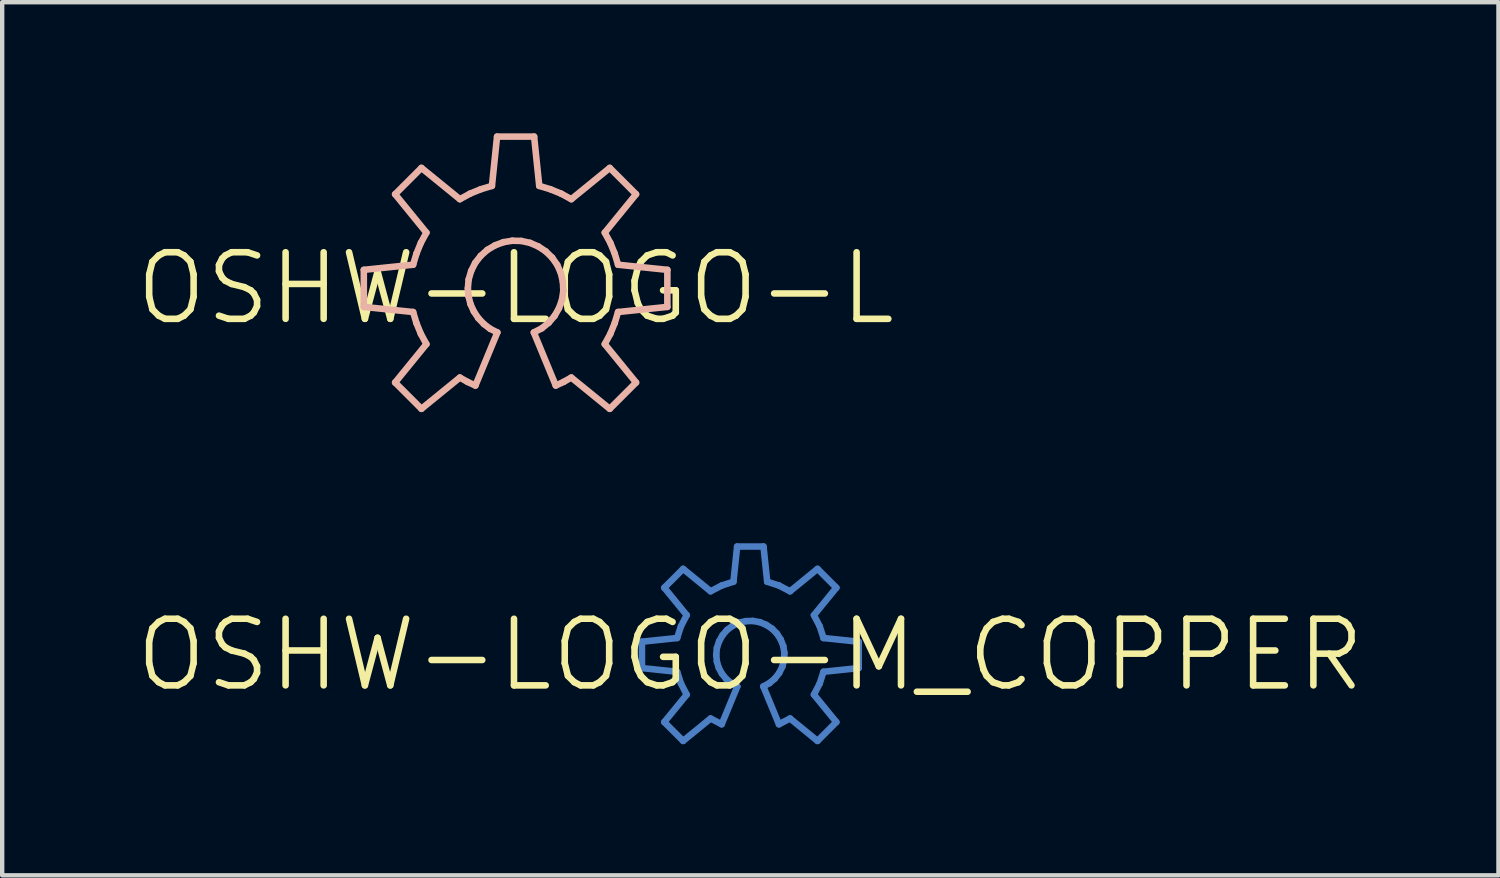
<source format=kicad_pcb>
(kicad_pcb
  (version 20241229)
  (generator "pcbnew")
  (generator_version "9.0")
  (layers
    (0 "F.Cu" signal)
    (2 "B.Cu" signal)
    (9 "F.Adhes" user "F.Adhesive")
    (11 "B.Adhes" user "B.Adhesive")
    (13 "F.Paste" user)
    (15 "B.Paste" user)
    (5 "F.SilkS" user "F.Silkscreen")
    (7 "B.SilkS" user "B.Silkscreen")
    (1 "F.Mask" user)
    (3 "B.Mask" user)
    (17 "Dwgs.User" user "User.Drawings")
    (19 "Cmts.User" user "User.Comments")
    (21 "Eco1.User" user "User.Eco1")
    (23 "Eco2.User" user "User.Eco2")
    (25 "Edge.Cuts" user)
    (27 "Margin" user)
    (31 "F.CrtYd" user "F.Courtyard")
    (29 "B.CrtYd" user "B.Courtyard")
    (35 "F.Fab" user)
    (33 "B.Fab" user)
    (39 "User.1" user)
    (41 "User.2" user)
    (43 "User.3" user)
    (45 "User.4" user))
  (footprint "OSHW-LOGO-L"
    (layer "F.Cu")
    (at 8.745 3.547)
    (property "Reference" "OSHW-LOGO-L" (at 0 0 0) (layer "F.SilkS") (effects (font (size 1.524 1.524) (thickness 0.15))))
    (attr exclude_from_pos_files exclude_from_bom)
    (fp_line (start -3.472 -0.424) (end -3.472 0.424) (stroke (width 0.15) (type solid)) (layer "B.SilkS"))
    (fp_line (start -3.472 0.424) (end -2.344 0.541) (stroke (width 0.15) (type solid)) (layer "B.SilkS"))
    (fp_line (start -2.756 -2.154) (end -2.04 -1.275) (stroke (width 0.15) (type solid)) (layer "B.SilkS"))
    (fp_line (start -2.756 2.154) (end -2.154 2.756) (stroke (width 0.15) (type solid)) (layer "B.SilkS"))
    (fp_line (start -2.344 -0.541) (end -3.472 -0.424) (stroke (width 0.15) (type solid)) (layer "B.SilkS"))
    (fp_line (start -2.344 0.541) (end -2.268 0.795) (stroke (width 0.15) (type solid)) (layer "B.SilkS"))
    (fp_line (start -2.268 -0.795) (end -2.344 -0.541) (stroke (width 0.15) (type solid)) (layer "B.SilkS"))
    (fp_line (start -2.268 0.795) (end -2.167 1.041) (stroke (width 0.15) (type solid)) (layer "B.SilkS"))
    (fp_line (start -2.167 -1.041) (end -2.268 -0.795) (stroke (width 0.15) (type solid)) (layer "B.SilkS"))
    (fp_line (start -2.167 1.041) (end -2.04 1.275) (stroke (width 0.15) (type solid)) (layer "B.SilkS"))
    (fp_line (start -2.154 -2.756) (end -2.756 -2.154) (stroke (width 0.15) (type solid)) (layer "B.SilkS"))
    (fp_line (start -2.154 2.756) (end -1.275 2.04) (stroke (width 0.15) (type solid)) (layer "B.SilkS"))
    (fp_line (start -2.04 -1.275) (end -2.167 -1.041) (stroke (width 0.15) (type solid)) (layer "B.SilkS"))
    (fp_line (start -2.04 1.275) (end -2.756 2.154) (stroke (width 0.15) (type solid)) (layer "B.SilkS"))
    (fp_line (start -1.275 -2.04) (end -2.154 -2.756) (stroke (width 0.15) (type solid)) (layer "B.SilkS"))
    (fp_line (start -1.275 2.04) (end -1.1 2.139) (stroke (width 0.15) (type solid)) (layer "B.SilkS"))
    (fp_line (start -1.1 2.139) (end -0.919 2.223) (stroke (width 0.15) (type solid)) (layer "B.SilkS"))
    (fp_line (start -1.092 0) (end -1.074 -0.203) (stroke (width 0.15) (type solid)) (layer "B.SilkS"))
    (fp_line (start -1.077 0.183) (end -1.092 0) (stroke (width 0.15) (type solid)) (layer "B.SilkS"))
    (fp_line (start -1.074 -0.203) (end -1.016 -0.399) (stroke (width 0.15) (type solid)) (layer "B.SilkS"))
    (fp_line (start -1.041 -2.167) (end -1.275 -2.04) (stroke (width 0.15) (type solid)) (layer "B.SilkS"))
    (fp_line (start -1.031 0.361) (end -1.077 0.183) (stroke (width 0.15) (type solid)) (layer "B.SilkS"))
    (fp_line (start -1.016 -0.399) (end -0.925 -0.582) (stroke (width 0.15) (type solid)) (layer "B.SilkS"))
    (fp_line (start -0.955 0.528) (end -1.031 0.361) (stroke (width 0.15) (type solid)) (layer "B.SilkS"))
    (fp_line (start -0.925 -0.582) (end -0.798 -0.744) (stroke (width 0.15) (type solid)) (layer "B.SilkS"))
    (fp_line (start -0.919 2.223) (end -0.417 1.008) (stroke (width 0.15) (type solid)) (layer "B.SilkS"))
    (fp_line (start -0.853 0.681) (end -0.955 0.528) (stroke (width 0.15) (type solid)) (layer "B.SilkS"))
    (fp_line (start -0.798 -0.744) (end -0.645 -0.881) (stroke (width 0.15) (type solid)) (layer "B.SilkS"))
    (fp_line (start -0.795 -2.268) (end -1.041 -2.167) (stroke (width 0.15) (type solid)) (layer "B.SilkS"))
    (fp_line (start -0.726 0.815) (end -0.853 0.681) (stroke (width 0.15) (type solid)) (layer "B.SilkS"))
    (fp_line (start -0.645 -0.881) (end -0.467 -0.986) (stroke (width 0.15) (type solid)) (layer "B.SilkS"))
    (fp_line (start -0.582 0.925) (end -0.726 0.815) (stroke (width 0.15) (type solid)) (layer "B.SilkS"))
    (fp_line (start -0.541 -2.344) (end -0.795 -2.268) (stroke (width 0.15) (type solid)) (layer "B.SilkS"))
    (fp_line (start -0.467 -0.986) (end -0.277 -1.057) (stroke (width 0.15) (type solid)) (layer "B.SilkS"))
    (fp_line (start -0.424 -3.472) (end -0.541 -2.344) (stroke (width 0.15) (type solid)) (layer "B.SilkS"))
    (fp_line (start -0.417 1.008) (end -0.582 0.925) (stroke (width 0.15) (type solid)) (layer "B.SilkS"))
    (fp_line (start -0.277 -1.057) (end -0.074 -1.09) (stroke (width 0.15) (type solid)) (layer "B.SilkS"))
    (fp_line (start -0.074 -1.09) (end 0.13 -1.085) (stroke (width 0.15) (type solid)) (layer "B.SilkS"))
    (fp_line (start 0.13 -1.085) (end 0.33 -1.041) (stroke (width 0.15) (type solid)) (layer "B.SilkS"))
    (fp_line (start 0.33 -1.041) (end 0.518 -0.96) (stroke (width 0.15) (type solid)) (layer "B.SilkS"))
    (fp_line (start 0.417 1.008) (end 0.919 2.223) (stroke (width 0.15) (type solid)) (layer "B.SilkS"))
    (fp_line (start 0.424 -3.472) (end -0.424 -3.472) (stroke (width 0.15) (type solid)) (layer "B.SilkS"))
    (fp_line (start 0.518 -0.96) (end 0.688 -0.848) (stroke (width 0.15) (type solid)) (layer "B.SilkS"))
    (fp_line (start 0.541 -2.344) (end 0.424 -3.472) (stroke (width 0.15) (type solid)) (layer "B.SilkS"))
    (fp_line (start 0.599 0.914) (end 0.417 1.008) (stroke (width 0.15) (type solid)) (layer "B.SilkS"))
    (fp_line (start 0.688 -0.848) (end 0.836 -0.704) (stroke (width 0.15) (type solid)) (layer "B.SilkS"))
    (fp_line (start 0.759 0.785) (end 0.599 0.914) (stroke (width 0.15) (type solid)) (layer "B.SilkS"))
    (fp_line (start 0.795 -2.268) (end 0.541 -2.344) (stroke (width 0.15) (type solid)) (layer "B.SilkS"))
    (fp_line (start 0.836 -0.704) (end 0.953 -0.536) (stroke (width 0.15) (type solid)) (layer "B.SilkS"))
    (fp_line (start 0.892 0.63) (end 0.759 0.785) (stroke (width 0.15) (type solid)) (layer "B.SilkS"))
    (fp_line (start 0.919 2.223) (end 1.1 2.139) (stroke (width 0.15) (type solid)) (layer "B.SilkS"))
    (fp_line (start 0.953 -0.536) (end 1.036 -0.348) (stroke (width 0.15) (type solid)) (layer "B.SilkS"))
    (fp_line (start 0.993 0.452) (end 0.892 0.63) (stroke (width 0.15) (type solid)) (layer "B.SilkS"))
    (fp_line (start 1.036 -0.348) (end 1.082 -0.147) (stroke (width 0.15) (type solid)) (layer "B.SilkS"))
    (fp_line (start 1.041 -2.167) (end 0.795 -2.268) (stroke (width 0.15) (type solid)) (layer "B.SilkS"))
    (fp_line (start 1.062 0.257) (end 0.993 0.452) (stroke (width 0.15) (type solid)) (layer "B.SilkS"))
    (fp_line (start 1.082 -0.147) (end 1.092 0.056) (stroke (width 0.15) (type solid)) (layer "B.SilkS"))
    (fp_line (start 1.092 0.056) (end 1.062 0.257) (stroke (width 0.15) (type solid)) (layer "B.SilkS"))
    (fp_line (start 1.1 2.139) (end 1.275 2.04) (stroke (width 0.15) (type solid)) (layer "B.SilkS"))
    (fp_line (start 1.275 -2.04) (end 1.041 -2.167) (stroke (width 0.15) (type solid)) (layer "B.SilkS"))
    (fp_line (start 1.275 2.04) (end 2.154 2.756) (stroke (width 0.15) (type solid)) (layer "B.SilkS"))
    (fp_line (start 2.04 -1.275) (end 2.756 -2.154) (stroke (width 0.15) (type solid)) (layer "B.SilkS"))
    (fp_line (start 2.04 1.275) (end 2.167 1.041) (stroke (width 0.15) (type solid)) (layer "B.SilkS"))
    (fp_line (start 2.154 -2.756) (end 1.275 -2.04) (stroke (width 0.15) (type solid)) (layer "B.SilkS"))
    (fp_line (start 2.154 2.756) (end 2.756 2.154) (stroke (width 0.15) (type solid)) (layer "B.SilkS"))
    (fp_line (start 2.167 -1.041) (end 2.04 -1.275) (stroke (width 0.15) (type solid)) (layer "B.SilkS"))
    (fp_line (start 2.167 1.041) (end 2.268 0.795) (stroke (width 0.15) (type solid)) (layer "B.SilkS"))
    (fp_line (start 2.268 -0.795) (end 2.167 -1.041) (stroke (width 0.15) (type solid)) (layer "B.SilkS"))
    (fp_line (start 2.268 0.795) (end 2.344 0.541) (stroke (width 0.15) (type solid)) (layer "B.SilkS"))
    (fp_line (start 2.344 -0.541) (end 2.268 -0.795) (stroke (width 0.15) (type solid)) (layer "B.SilkS"))
    (fp_line (start 2.344 0.541) (end 3.472 0.424) (stroke (width 0.15) (type solid)) (layer "B.SilkS"))
    (fp_line (start 2.756 -2.154) (end 2.154 -2.756) (stroke (width 0.15) (type solid)) (layer "B.SilkS"))
    (fp_line (start 2.756 2.154) (end 2.04 1.275) (stroke (width 0.15) (type solid)) (layer "B.SilkS"))
    (fp_line (start 3.472 -0.424) (end 2.344 -0.541) (stroke (width 0.15) (type solid)) (layer "B.SilkS"))
    (fp_line (start 3.472 0.424) (end 3.472 -0.424) (stroke (width 0.15) (type solid)) (layer "B.SilkS")))
  (footprint "OSHW-LOGO-M_COPPER"
    (layer "F.Cu")
    (at 14.115 11.932)
    (property "Reference" "OSHW-LOGO-M_COPPER" (at 0 0 0) (layer "F.SilkS") (effects (font (size 1.524 1.524) (thickness 0.15))))
    (attr exclude_from_pos_files exclude_from_bom)
    (fp_line (start -2.479 -0.302) (end -2.479 0.302) (stroke (width 0.15) (type solid)) (layer "B.Cu"))
    (fp_line (start -2.479 0.302) (end -1.674 0.386) (stroke (width 0.15) (type solid)) (layer "B.Cu"))
    (fp_line (start -1.968 -1.537) (end -1.455 -0.909) (stroke (width 0.15) (type solid)) (layer "B.Cu"))
    (fp_line (start -1.968 1.537) (end -1.537 1.968) (stroke (width 0.15) (type solid)) (layer "B.Cu"))
    (fp_line (start -1.674 -0.386) (end -2.479 -0.302) (stroke (width 0.15) (type solid)) (layer "B.Cu"))
    (fp_line (start -1.674 0.386) (end -1.587 0.655) (stroke (width 0.15) (type solid)) (layer "B.Cu"))
    (fp_line (start -1.587 -0.655) (end -1.674 -0.386) (stroke (width 0.15) (type solid)) (layer "B.Cu"))
    (fp_line (start -1.587 0.655) (end -1.455 0.909) (stroke (width 0.15) (type solid)) (layer "B.Cu"))
    (fp_line (start -1.537 -1.968) (end -1.968 -1.537) (stroke (width 0.15) (type solid)) (layer "B.Cu"))
    (fp_line (start -1.537 1.968) (end -0.909 1.455) (stroke (width 0.15) (type solid)) (layer "B.Cu"))
    (fp_line (start -1.455 -0.909) (end -1.587 -0.655) (stroke (width 0.15) (type solid)) (layer "B.Cu"))
    (fp_line (start -1.455 0.909) (end -1.968 1.537) (stroke (width 0.15) (type solid)) (layer "B.Cu"))
    (fp_line (start -0.909 -1.455) (end -1.537 -1.968) (stroke (width 0.15) (type solid)) (layer "B.Cu"))
    (fp_line (start -0.909 1.455) (end -0.655 1.587) (stroke (width 0.15) (type solid)) (layer "B.Cu"))
    (fp_line (start -0.78 0) (end -0.765 -0.157) (stroke (width 0.15) (type solid)) (layer "B.Cu"))
    (fp_line (start -0.765 -0.157) (end -0.714 -0.312) (stroke (width 0.15) (type solid)) (layer "B.Cu"))
    (fp_line (start -0.765 0.152) (end -0.78 0) (stroke (width 0.15) (type solid)) (layer "B.Cu"))
    (fp_line (start -0.721 0.297) (end -0.765 0.152) (stroke (width 0.15) (type solid)) (layer "B.Cu"))
    (fp_line (start -0.714 -0.312) (end -0.635 -0.45) (stroke (width 0.15) (type solid)) (layer "B.Cu"))
    (fp_line (start -0.655 -1.587) (end -0.909 -1.455) (stroke (width 0.15) (type solid)) (layer "B.Cu"))
    (fp_line (start -0.655 1.587) (end -0.297 0.721) (stroke (width 0.15) (type solid)) (layer "B.Cu"))
    (fp_line (start -0.648 0.432) (end -0.721 0.297) (stroke (width 0.15) (type solid)) (layer "B.Cu"))
    (fp_line (start -0.635 -0.45) (end -0.531 -0.572) (stroke (width 0.15) (type solid)) (layer "B.Cu"))
    (fp_line (start -0.551 0.551) (end -0.648 0.432) (stroke (width 0.15) (type solid)) (layer "B.Cu"))
    (fp_line (start -0.531 -0.572) (end -0.401 -0.668) (stroke (width 0.15) (type solid)) (layer "B.Cu"))
    (fp_line (start -0.432 0.648) (end -0.551 0.551) (stroke (width 0.15) (type solid)) (layer "B.Cu"))
    (fp_line (start -0.401 -0.668) (end -0.257 -0.737) (stroke (width 0.15) (type solid)) (layer "B.Cu"))
    (fp_line (start -0.386 -1.674) (end -0.655 -1.587) (stroke (width 0.15) (type solid)) (layer "B.Cu"))
    (fp_line (start -0.302 -2.479) (end -0.386 -1.674) (stroke (width 0.15) (type solid)) (layer "B.Cu"))
    (fp_line (start -0.297 0.721) (end -0.432 0.648) (stroke (width 0.15) (type solid)) (layer "B.Cu"))
    (fp_line (start -0.257 -0.737) (end -0.102 -0.772) (stroke (width 0.15) (type solid)) (layer "B.Cu"))
    (fp_line (start -0.102 -0.772) (end 0.056 -0.777) (stroke (width 0.15) (type solid)) (layer "B.Cu"))
    (fp_line (start 0.056 -0.777) (end 0.216 -0.749) (stroke (width 0.15) (type solid)) (layer "B.Cu"))
    (fp_line (start 0.216 -0.749) (end 0.363 -0.688) (stroke (width 0.15) (type solid)) (layer "B.Cu"))
    (fp_line (start 0.297 0.721) (end 0.655 1.587) (stroke (width 0.15) (type solid)) (layer "B.Cu"))
    (fp_line (start 0.302 -2.479) (end -0.302 -2.479) (stroke (width 0.15) (type solid)) (layer "B.Cu"))
    (fp_line (start 0.363 -0.688) (end 0.498 -0.599) (stroke (width 0.15) (type solid)) (layer "B.Cu"))
    (fp_line (start 0.386 -1.674) (end 0.302 -2.479) (stroke (width 0.15) (type solid)) (layer "B.Cu"))
    (fp_line (start 0.439 0.645) (end 0.297 0.721) (stroke (width 0.15) (type solid)) (layer "B.Cu"))
    (fp_line (start 0.498 -0.599) (end 0.61 -0.485) (stroke (width 0.15) (type solid)) (layer "B.Cu"))
    (fp_line (start 0.561 0.541) (end 0.439 0.645) (stroke (width 0.15) (type solid)) (layer "B.Cu"))
    (fp_line (start 0.61 -0.485) (end 0.696 -0.351) (stroke (width 0.15) (type solid)) (layer "B.Cu"))
    (fp_line (start 0.655 -1.587) (end 0.386 -1.674) (stroke (width 0.15) (type solid)) (layer "B.Cu"))
    (fp_line (start 0.655 1.587) (end 0.909 1.455) (stroke (width 0.15) (type solid)) (layer "B.Cu"))
    (fp_line (start 0.66 0.414) (end 0.561 0.541) (stroke (width 0.15) (type solid)) (layer "B.Cu"))
    (fp_line (start 0.696 -0.351) (end 0.754 -0.201) (stroke (width 0.15) (type solid)) (layer "B.Cu"))
    (fp_line (start 0.732 0.269) (end 0.66 0.414) (stroke (width 0.15) (type solid)) (layer "B.Cu"))
    (fp_line (start 0.754 -0.201) (end 0.78 -0.043) (stroke (width 0.15) (type solid)) (layer "B.Cu"))
    (fp_line (start 0.772 0.114) (end 0.732 0.269) (stroke (width 0.15) (type solid)) (layer "B.Cu"))
    (fp_line (start 0.78 -0.043) (end 0.772 0.114) (stroke (width 0.15) (type solid)) (layer "B.Cu"))
    (fp_line (start 0.909 -1.455) (end 0.655 -1.587) (stroke (width 0.15) (type solid)) (layer "B.Cu"))
    (fp_line (start 0.909 1.455) (end 1.537 1.968) (stroke (width 0.15) (type solid)) (layer "B.Cu"))
    (fp_line (start 1.455 -0.909) (end 1.968 -1.537) (stroke (width 0.15) (type solid)) (layer "B.Cu"))
    (fp_line (start 1.455 0.909) (end 1.587 0.655) (stroke (width 0.15) (type solid)) (layer "B.Cu"))
    (fp_line (start 1.537 -1.968) (end 0.909 -1.455) (stroke (width 0.15) (type solid)) (layer "B.Cu"))
    (fp_line (start 1.537 1.968) (end 1.968 1.537) (stroke (width 0.15) (type solid)) (layer "B.Cu"))
    (fp_line (start 1.587 -0.655) (end 1.455 -0.909) (stroke (width 0.15) (type solid)) (layer "B.Cu"))
    (fp_line (start 1.587 0.655) (end 1.674 0.386) (stroke (width 0.15) (type solid)) (layer "B.Cu"))
    (fp_line (start 1.674 -0.386) (end 1.587 -0.655) (stroke (width 0.15) (type solid)) (layer "B.Cu"))
    (fp_line (start 1.674 0.386) (end 2.479 0.302) (stroke (width 0.15) (type solid)) (layer "B.Cu"))
    (fp_line (start 1.968 -1.537) (end 1.537 -1.968) (stroke (width 0.15) (type solid)) (layer "B.Cu"))
    (fp_line (start 1.968 1.537) (end 1.455 0.909) (stroke (width 0.15) (type solid)) (layer "B.Cu"))
    (fp_line (start 2.479 -0.302) (end 1.674 -0.386) (stroke (width 0.15) (type solid)) (layer "B.Cu"))
    (fp_line (start 2.479 0.302) (end 2.479 -0.302) (stroke (width 0.15) (type solid)) (layer "B.Cu")))
  (gr_rect
    (start -3 -3)
    (end 31.23 16.975)
    (stroke (width 0.1) (type default))
    (fill no)
    (layer "Edge.Cuts")))
</source>
